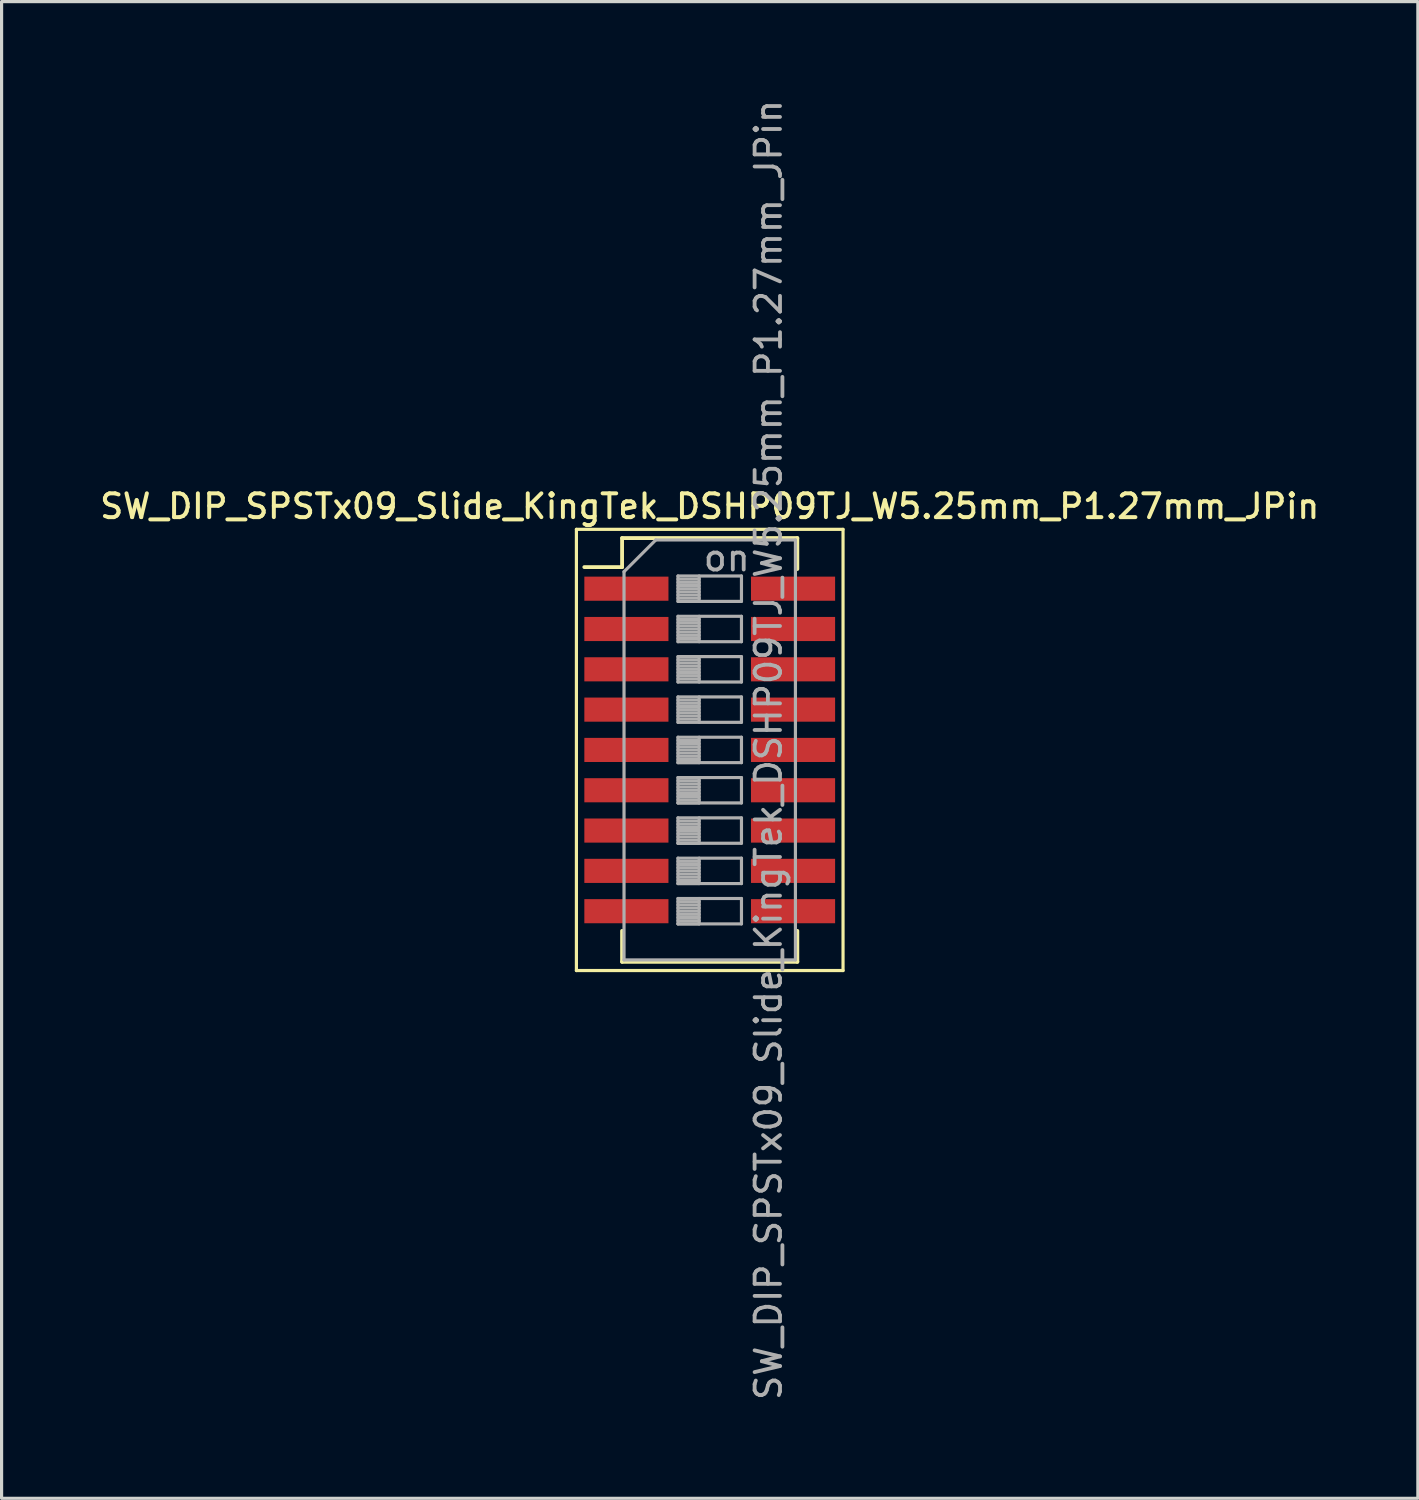
<source format=kicad_pcb>
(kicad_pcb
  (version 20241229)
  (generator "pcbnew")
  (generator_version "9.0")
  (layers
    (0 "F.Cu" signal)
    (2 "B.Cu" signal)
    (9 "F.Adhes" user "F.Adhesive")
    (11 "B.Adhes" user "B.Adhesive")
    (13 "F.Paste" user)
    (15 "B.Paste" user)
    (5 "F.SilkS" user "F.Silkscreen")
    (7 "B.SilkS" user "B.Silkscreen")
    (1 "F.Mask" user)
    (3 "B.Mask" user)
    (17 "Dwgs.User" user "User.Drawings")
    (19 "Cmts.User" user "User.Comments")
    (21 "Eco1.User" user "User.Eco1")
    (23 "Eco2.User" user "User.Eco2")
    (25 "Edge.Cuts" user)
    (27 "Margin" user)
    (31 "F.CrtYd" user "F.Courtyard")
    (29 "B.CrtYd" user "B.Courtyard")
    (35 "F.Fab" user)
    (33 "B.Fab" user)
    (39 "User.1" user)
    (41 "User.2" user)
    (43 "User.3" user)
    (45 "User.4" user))
  (footprint "SW_DIP_SPSTx09_Slide_KingTek_DSHP09TJ_W5.25mm_P1.27mm_JPin"
    (layer "F.Cu")
    (at 19.309 20.576)
    (property "Reference" "SW_DIP_SPSTx09_Slide_KingTek_DSHP09TJ_W5.25mm_P1.27mm_JPin" (at 0 -7.675 0) (layer "F.SilkS") (effects (font (size 0.75 0.75) (thickness 0.125))))
    (attr smd)
    (fp_line (start -4.2 -6.95) (end -4.2 6.95) (stroke (width 0.1) (type solid)) (layer "F.SilkS"))
    (fp_line (start -4.2 6.95) (end 4.2 6.95) (stroke (width 0.1) (type solid)) (layer "F.SilkS"))
    (fp_line (start -3.951 -5.76) (end -2.761 -5.76) (stroke (width 0.12) (type solid)) (layer "F.SilkS"))
    (fp_line (start -2.761 -6.675) (end -2.761 -5.76) (stroke (width 0.12) (type solid)) (layer "F.SilkS"))
    (fp_line (start -2.761 -6.675) (end 2.76 -6.675) (stroke (width 0.12) (type solid)) (layer "F.SilkS"))
    (fp_line (start -2.761 5.7) (end -2.761 6.675) (stroke (width 0.12) (type solid)) (layer "F.SilkS"))
    (fp_line (start -2.761 6.675) (end 2.76 6.675) (stroke (width 0.12) (type solid)) (layer "F.SilkS"))
    (fp_line (start 2.76 -6.675) (end 2.76 -5.7) (stroke (width 0.12) (type solid)) (layer "F.SilkS"))
    (fp_line (start 2.76 5.7) (end 2.76 6.675) (stroke (width 0.12) (type solid)) (layer "F.SilkS"))
    (fp_line (start 4.2 -6.95) (end -4.2 -6.95) (stroke (width 0.1) (type solid)) (layer "F.SilkS"))
    (fp_line (start 4.2 6.95) (end 4.2 -6.95) (stroke (width 0.1) (type solid)) (layer "F.SilkS"))
    (fp_line (start -2.7 -5.615) (end -1.7 -6.615) (stroke (width 0.1) (type solid)) (layer "F.Fab"))
    (fp_line (start -2.7 6.615) (end -2.7 -5.615) (stroke (width 0.1) (type solid)) (layer "F.Fab"))
    (fp_line (start -1.7 -6.615) (end 2.7 -6.615) (stroke (width 0.1) (type solid)) (layer "F.Fab"))
    (fp_line (start -1 -5.48) (end -1 -4.68) (stroke (width 0.1) (type solid)) (layer "F.Fab"))
    (fp_line (start -1 -5.38) (end -0.333 -5.38) (stroke (width 0.1) (type solid)) (layer "F.Fab"))
    (fp_line (start -1 -5.28) (end -0.333 -5.28) (stroke (width 0.1) (type solid)) (layer "F.Fab"))
    (fp_line (start -1 -5.18) (end -0.333 -5.18) (stroke (width 0.1) (type solid)) (layer "F.Fab"))
    (fp_line (start -1 -5.08) (end -0.333 -5.08) (stroke (width 0.1) (type solid)) (layer "F.Fab"))
    (fp_line (start -1 -4.98) (end -0.333 -4.98) (stroke (width 0.1) (type solid)) (layer "F.Fab"))
    (fp_line (start -1 -4.88) (end -0.333 -4.88) (stroke (width 0.1) (type solid)) (layer "F.Fab"))
    (fp_line (start -1 -4.78) (end -0.333 -4.78) (stroke (width 0.1) (type solid)) (layer "F.Fab"))
    (fp_line (start -1 -4.68) (end 1 -4.68) (stroke (width 0.1) (type solid)) (layer "F.Fab"))
    (fp_line (start -1 -4.21) (end -1 -3.41) (stroke (width 0.1) (type solid)) (layer "F.Fab"))
    (fp_line (start -1 -4.11) (end -0.333 -4.11) (stroke (width 0.1) (type solid)) (layer "F.Fab"))
    (fp_line (start -1 -4.01) (end -0.333 -4.01) (stroke (width 0.1) (type solid)) (layer "F.Fab"))
    (fp_line (start -1 -3.91) (end -0.333 -3.91) (stroke (width 0.1) (type solid)) (layer "F.Fab"))
    (fp_line (start -1 -3.81) (end -0.333 -3.81) (stroke (width 0.1) (type solid)) (layer "F.Fab"))
    (fp_line (start -1 -3.71) (end -0.333 -3.71) (stroke (width 0.1) (type solid)) (layer "F.Fab"))
    (fp_line (start -1 -3.61) (end -0.333 -3.61) (stroke (width 0.1) (type solid)) (layer "F.Fab"))
    (fp_line (start -1 -3.51) (end -0.333 -3.51) (stroke (width 0.1) (type solid)) (layer "F.Fab"))
    (fp_line (start -1 -3.41) (end 1 -3.41) (stroke (width 0.1) (type solid)) (layer "F.Fab"))
    (fp_line (start -1 -2.94) (end -1 -2.14) (stroke (width 0.1) (type solid)) (layer "F.Fab"))
    (fp_line (start -1 -2.84) (end -0.333 -2.84) (stroke (width 0.1) (type solid)) (layer "F.Fab"))
    (fp_line (start -1 -2.74) (end -0.333 -2.74) (stroke (width 0.1) (type solid)) (layer "F.Fab"))
    (fp_line (start -1 -2.64) (end -0.333 -2.64) (stroke (width 0.1) (type solid)) (layer "F.Fab"))
    (fp_line (start -1 -2.54) (end -0.333 -2.54) (stroke (width 0.1) (type solid)) (layer "F.Fab"))
    (fp_line (start -1 -2.44) (end -0.333 -2.44) (stroke (width 0.1) (type solid)) (layer "F.Fab"))
    (fp_line (start -1 -2.34) (end -0.333 -2.34) (stroke (width 0.1) (type solid)) (layer "F.Fab"))
    (fp_line (start -1 -2.24) (end -0.333 -2.24) (stroke (width 0.1) (type solid)) (layer "F.Fab"))
    (fp_line (start -1 -2.14) (end 1 -2.14) (stroke (width 0.1) (type solid)) (layer "F.Fab"))
    (fp_line (start -1 -1.67) (end -1 -0.87) (stroke (width 0.1) (type solid)) (layer "F.Fab"))
    (fp_line (start -1 -1.57) (end -0.333 -1.57) (stroke (width 0.1) (type solid)) (layer "F.Fab"))
    (fp_line (start -1 -1.47) (end -0.333 -1.47) (stroke (width 0.1) (type solid)) (layer "F.Fab"))
    (fp_line (start -1 -1.37) (end -0.333 -1.37) (stroke (width 0.1) (type solid)) (layer "F.Fab"))
    (fp_line (start -1 -1.27) (end -0.333 -1.27) (stroke (width 0.1) (type solid)) (layer "F.Fab"))
    (fp_line (start -1 -1.17) (end -0.333 -1.17) (stroke (width 0.1) (type solid)) (layer "F.Fab"))
    (fp_line (start -1 -1.07) (end -0.333 -1.07) (stroke (width 0.1) (type solid)) (layer "F.Fab"))
    (fp_line (start -1 -0.97) (end -0.333 -0.97) (stroke (width 0.1) (type solid)) (layer "F.Fab"))
    (fp_line (start -1 -0.87) (end 1 -0.87) (stroke (width 0.1) (type solid)) (layer "F.Fab"))
    (fp_line (start -1 -0.4) (end -1 0.4) (stroke (width 0.1) (type solid)) (layer "F.Fab"))
    (fp_line (start -1 -0.3) (end -0.333 -0.3) (stroke (width 0.1) (type solid)) (layer "F.Fab"))
    (fp_line (start -1 -0.2) (end -0.333 -0.2) (stroke (width 0.1) (type solid)) (layer "F.Fab"))
    (fp_line (start -1 -0.1) (end -0.333 -0.1) (stroke (width 0.1) (type solid)) (layer "F.Fab"))
    (fp_line (start -1 0) (end -0.333 0) (stroke (width 0.1) (type solid)) (layer "F.Fab"))
    (fp_line (start -1 0.1) (end -0.333 0.1) (stroke (width 0.1) (type solid)) (layer "F.Fab"))
    (fp_line (start -1 0.2) (end -0.333 0.2) (stroke (width 0.1) (type solid)) (layer "F.Fab"))
    (fp_line (start -1 0.3) (end -0.333 0.3) (stroke (width 0.1) (type solid)) (layer "F.Fab"))
    (fp_line (start -1 0.4) (end -0.333 0.4) (stroke (width 0.1) (type solid)) (layer "F.Fab"))
    (fp_line (start -1 0.4) (end 1 0.4) (stroke (width 0.1) (type solid)) (layer "F.Fab"))
    (fp_line (start -1 0.87) (end -1 1.67) (stroke (width 0.1) (type solid)) (layer "F.Fab"))
    (fp_line (start -1 0.97) (end -0.333 0.97) (stroke (width 0.1) (type solid)) (layer "F.Fab"))
    (fp_line (start -1 1.07) (end -0.333 1.07) (stroke (width 0.1) (type solid)) (layer "F.Fab"))
    (fp_line (start -1 1.17) (end -0.333 1.17) (stroke (width 0.1) (type solid)) (layer "F.Fab"))
    (fp_line (start -1 1.27) (end -0.333 1.27) (stroke (width 0.1) (type solid)) (layer "F.Fab"))
    (fp_line (start -1 1.37) (end -0.333 1.37) (stroke (width 0.1) (type solid)) (layer "F.Fab"))
    (fp_line (start -1 1.47) (end -0.333 1.47) (stroke (width 0.1) (type solid)) (layer "F.Fab"))
    (fp_line (start -1 1.57) (end -0.333 1.57) (stroke (width 0.1) (type solid)) (layer "F.Fab"))
    (fp_line (start -1 1.67) (end -0.333 1.67) (stroke (width 0.1) (type solid)) (layer "F.Fab"))
    (fp_line (start -1 1.67) (end 1 1.67) (stroke (width 0.1) (type solid)) (layer "F.Fab"))
    (fp_line (start -1 2.14) (end -1 2.94) (stroke (width 0.1) (type solid)) (layer "F.Fab"))
    (fp_line (start -1 2.24) (end -0.333 2.24) (stroke (width 0.1) (type solid)) (layer "F.Fab"))
    (fp_line (start -1 2.34) (end -0.333 2.34) (stroke (width 0.1) (type solid)) (layer "F.Fab"))
    (fp_line (start -1 2.44) (end -0.333 2.44) (stroke (width 0.1) (type solid)) (layer "F.Fab"))
    (fp_line (start -1 2.54) (end -0.333 2.54) (stroke (width 0.1) (type solid)) (layer "F.Fab"))
    (fp_line (start -1 2.64) (end -0.333 2.64) (stroke (width 0.1) (type solid)) (layer "F.Fab"))
    (fp_line (start -1 2.74) (end -0.333 2.74) (stroke (width 0.1) (type solid)) (layer "F.Fab"))
    (fp_line (start -1 2.84) (end -0.333 2.84) (stroke (width 0.1) (type solid)) (layer "F.Fab"))
    (fp_line (start -1 2.94) (end -0.333 2.94) (stroke (width 0.1) (type solid)) (layer "F.Fab"))
    (fp_line (start -1 2.94) (end 1 2.94) (stroke (width 0.1) (type solid)) (layer "F.Fab"))
    (fp_line (start -1 3.41) (end -1 4.21) (stroke (width 0.1) (type solid)) (layer "F.Fab"))
    (fp_line (start -1 3.51) (end -0.333 3.51) (stroke (width 0.1) (type solid)) (layer "F.Fab"))
    (fp_line (start -1 3.61) (end -0.333 3.61) (stroke (width 0.1) (type solid)) (layer "F.Fab"))
    (fp_line (start -1 3.71) (end -0.333 3.71) (stroke (width 0.1) (type solid)) (layer "F.Fab"))
    (fp_line (start -1 3.81) (end -0.333 3.81) (stroke (width 0.1) (type solid)) (layer "F.Fab"))
    (fp_line (start -1 3.91) (end -0.333 3.91) (stroke (width 0.1) (type solid)) (layer "F.Fab"))
    (fp_line (start -1 4.01) (end -0.333 4.01) (stroke (width 0.1) (type solid)) (layer "F.Fab"))
    (fp_line (start -1 4.11) (end -0.333 4.11) (stroke (width 0.1) (type solid)) (layer "F.Fab"))
    (fp_line (start -1 4.21) (end -0.333 4.21) (stroke (width 0.1) (type solid)) (layer "F.Fab"))
    (fp_line (start -1 4.21) (end 1 4.21) (stroke (width 0.1) (type solid)) (layer "F.Fab"))
    (fp_line (start -1 4.68) (end -1 5.48) (stroke (width 0.1) (type solid)) (layer "F.Fab"))
    (fp_line (start -1 4.78) (end -0.333 4.78) (stroke (width 0.1) (type solid)) (layer "F.Fab"))
    (fp_line (start -1 4.88) (end -0.333 4.88) (stroke (width 0.1) (type solid)) (layer "F.Fab"))
    (fp_line (start -1 4.98) (end -0.333 4.98) (stroke (width 0.1) (type solid)) (layer "F.Fab"))
    (fp_line (start -1 5.08) (end -0.333 5.08) (stroke (width 0.1) (type solid)) (layer "F.Fab"))
    (fp_line (start -1 5.18) (end -0.333 5.18) (stroke (width 0.1) (type solid)) (layer "F.Fab"))
    (fp_line (start -1 5.28) (end -0.333 5.28) (stroke (width 0.1) (type solid)) (layer "F.Fab"))
    (fp_line (start -1 5.38) (end -0.333 5.38) (stroke (width 0.1) (type solid)) (layer "F.Fab"))
    (fp_line (start -1 5.48) (end -0.333 5.48) (stroke (width 0.1) (type solid)) (layer "F.Fab"))
    (fp_line (start -1 5.48) (end 1 5.48) (stroke (width 0.1) (type solid)) (layer "F.Fab"))
    (fp_line (start -0.333 -5.48) (end -0.333 -4.68) (stroke (width 0.1) (type solid)) (layer "F.Fab"))
    (fp_line (start -0.333 -4.21) (end -0.333 -3.41) (stroke (width 0.1) (type solid)) (layer "F.Fab"))
    (fp_line (start -0.333 -2.94) (end -0.333 -2.14) (stroke (width 0.1) (type solid)) (layer "F.Fab"))
    (fp_line (start -0.333 -1.67) (end -0.333 -0.87) (stroke (width 0.1) (type solid)) (layer "F.Fab"))
    (fp_line (start -0.333 -0.4) (end -0.333 0.4) (stroke (width 0.1) (type solid)) (layer "F.Fab"))
    (fp_line (start -0.333 0.87) (end -0.333 1.67) (stroke (width 0.1) (type solid)) (layer "F.Fab"))
    (fp_line (start -0.333 2.14) (end -0.333 2.94) (stroke (width 0.1) (type solid)) (layer "F.Fab"))
    (fp_line (start -0.333 3.41) (end -0.333 4.21) (stroke (width 0.1) (type solid)) (layer "F.Fab"))
    (fp_line (start -0.333 4.68) (end -0.333 5.48) (stroke (width 0.1) (type solid)) (layer "F.Fab"))
    (fp_line (start 1 -5.48) (end -1 -5.48) (stroke (width 0.1) (type solid)) (layer "F.Fab"))
    (fp_line (start 1 -4.68) (end 1 -5.48) (stroke (width 0.1) (type solid)) (layer "F.Fab"))
    (fp_line (start 1 -4.21) (end -1 -4.21) (stroke (width 0.1) (type solid)) (layer "F.Fab"))
    (fp_line (start 1 -3.41) (end 1 -4.21) (stroke (width 0.1) (type solid)) (layer "F.Fab"))
    (fp_line (start 1 -2.94) (end -1 -2.94) (stroke (width 0.1) (type solid)) (layer "F.Fab"))
    (fp_line (start 1 -2.14) (end 1 -2.94) (stroke (width 0.1) (type solid)) (layer "F.Fab"))
    (fp_line (start 1 -1.67) (end -1 -1.67) (stroke (width 0.1) (type solid)) (layer "F.Fab"))
    (fp_line (start 1 -0.87) (end 1 -1.67) (stroke (width 0.1) (type solid)) (layer "F.Fab"))
    (fp_line (start 1 -0.4) (end -1 -0.4) (stroke (width 0.1) (type solid)) (layer "F.Fab"))
    (fp_line (start 1 0.4) (end 1 -0.4) (stroke (width 0.1) (type solid)) (layer "F.Fab"))
    (fp_line (start 1 0.87) (end -1 0.87) (stroke (width 0.1) (type solid)) (layer "F.Fab"))
    (fp_line (start 1 1.67) (end 1 0.87) (stroke (width 0.1) (type solid)) (layer "F.Fab"))
    (fp_line (start 1 2.14) (end -1 2.14) (stroke (width 0.1) (type solid)) (layer "F.Fab"))
    (fp_line (start 1 2.94) (end 1 2.14) (stroke (width 0.1) (type solid)) (layer "F.Fab"))
    (fp_line (start 1 3.41) (end -1 3.41) (stroke (width 0.1) (type solid)) (layer "F.Fab"))
    (fp_line (start 1 4.21) (end 1 3.41) (stroke (width 0.1) (type solid)) (layer "F.Fab"))
    (fp_line (start 1 4.68) (end -1 4.68) (stroke (width 0.1) (type solid)) (layer "F.Fab"))
    (fp_line (start 1 5.48) (end 1 4.68) (stroke (width 0.1) (type solid)) (layer "F.Fab"))
    (fp_line (start 2.7 -6.615) (end 2.7 6.615) (stroke (width 0.1) (type solid)) (layer "F.Fab"))
    (fp_line (start 2.7 6.615) (end -2.7 6.615) (stroke (width 0.1) (type solid)) (layer "F.Fab"))
    (fp_text user "on" (at 0.537 -6.048 0) (layer "F.Fab") (effects (font (size 0.8 0.8) (thickness 0.12))))
    (fp_text user "${REFERENCE}" (at 1.85 0 90) (layer "F.Fab") (effects (font (size 0.8 0.8) (thickness 0.12))))
    (pad "1" smd rect (at -2.625 -5.08) (size 2.65 0.76) (layers "F.Cu" "F.Mask" "F.Paste"))
    (pad "2" smd rect (at -2.625 -3.81) (size 2.65 0.76) (layers "F.Cu" "F.Mask" "F.Paste"))
    (pad "3" smd rect (at -2.625 -2.54) (size 2.65 0.76) (layers "F.Cu" "F.Mask" "F.Paste"))
    (pad "4" smd rect (at -2.625 -1.27) (size 2.65 0.76) (layers "F.Cu" "F.Mask" "F.Paste"))
    (pad "5" smd rect (at -2.625 0) (size 2.65 0.76) (layers "F.Cu" "F.Mask" "F.Paste"))
    (pad "6" smd rect (at -2.625 1.27) (size 2.65 0.76) (layers "F.Cu" "F.Mask" "F.Paste"))
    (pad "7" smd rect (at -2.625 2.54) (size 2.65 0.76) (layers "F.Cu" "F.Mask" "F.Paste"))
    (pad "8" smd rect (at -2.625 3.81) (size 2.65 0.76) (layers "F.Cu" "F.Mask" "F.Paste"))
    (pad "9" smd rect (at -2.625 5.08) (size 2.65 0.76) (layers "F.Cu" "F.Mask" "F.Paste"))
    (pad "10" smd rect (at 2.625 5.08) (size 2.65 0.76) (layers "F.Cu" "F.Mask" "F.Paste"))
    (pad "11" smd rect (at 2.625 3.81) (size 2.65 0.76) (layers "F.Cu" "F.Mask" "F.Paste"))
    (pad "12" smd rect (at 2.625 2.54) (size 2.65 0.76) (layers "F.Cu" "F.Mask" "F.Paste"))
    (pad "13" smd rect (at 2.625 1.27) (size 2.65 0.76) (layers "F.Cu" "F.Mask" "F.Paste"))
    (pad "14" smd rect (at 2.625 0) (size 2.65 0.76) (layers "F.Cu" "F.Mask" "F.Paste"))
    (pad "15" smd rect (at 2.625 -1.27) (size 2.65 0.76) (layers "F.Cu" "F.Mask" "F.Paste"))
    (pad "16" smd rect (at 2.625 -2.54) (size 2.65 0.76) (layers "F.Cu" "F.Mask" "F.Paste"))
    (pad "17" smd rect (at 2.625 -3.81) (size 2.65 0.76) (layers "F.Cu" "F.Mask" "F.Paste"))
    (pad "18" smd rect (at 2.625 -5.08) (size 2.65 0.76) (layers "F.Cu" "F.Mask" "F.Paste")))
  (gr_rect
    (start -3 -3)
    (end 41.618 44.152)
    (stroke (width 0.1) (type default))
    (fill no)
    (layer "Edge.Cuts")))
</source>
